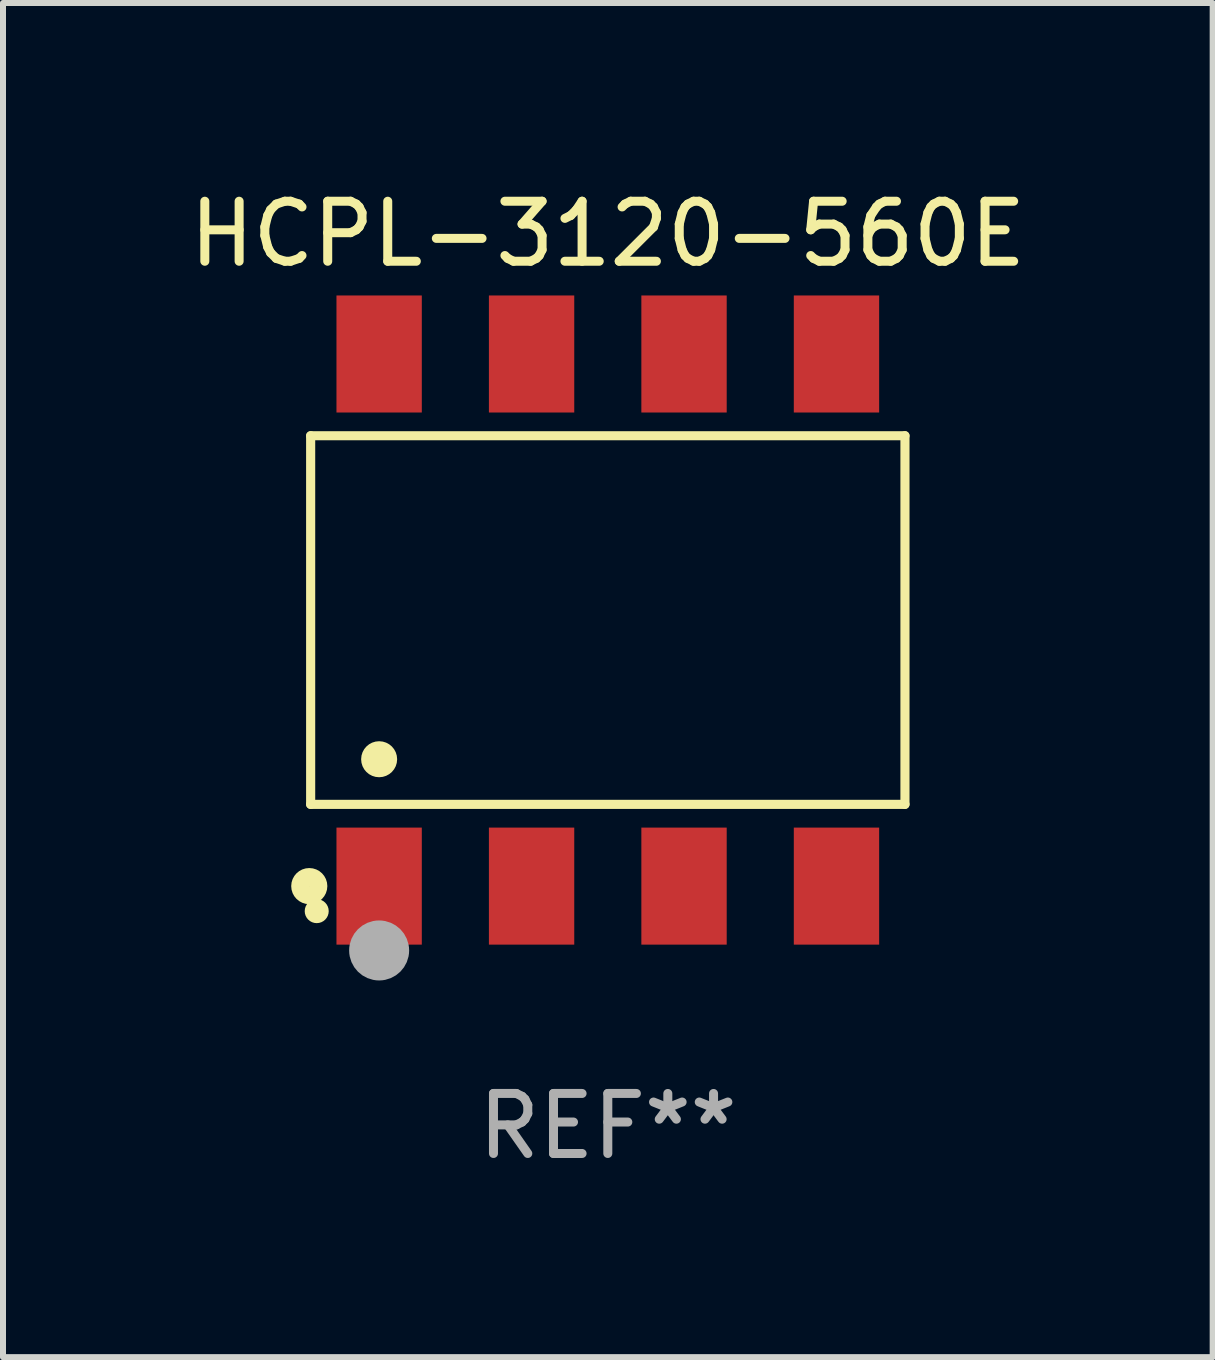
<source format=kicad_pcb>
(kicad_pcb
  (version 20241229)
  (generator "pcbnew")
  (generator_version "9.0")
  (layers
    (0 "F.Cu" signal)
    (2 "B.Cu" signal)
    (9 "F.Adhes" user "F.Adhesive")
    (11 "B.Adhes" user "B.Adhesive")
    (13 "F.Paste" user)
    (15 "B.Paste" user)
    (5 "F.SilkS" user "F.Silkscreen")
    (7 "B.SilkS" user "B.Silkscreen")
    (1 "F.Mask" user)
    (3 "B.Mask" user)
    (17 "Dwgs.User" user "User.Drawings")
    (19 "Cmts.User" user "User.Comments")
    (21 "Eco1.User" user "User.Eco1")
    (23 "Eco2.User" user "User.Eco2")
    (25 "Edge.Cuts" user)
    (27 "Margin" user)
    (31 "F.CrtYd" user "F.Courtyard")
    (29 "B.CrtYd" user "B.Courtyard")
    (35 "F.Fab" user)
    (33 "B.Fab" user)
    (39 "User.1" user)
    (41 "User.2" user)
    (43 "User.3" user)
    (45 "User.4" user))
  (footprint "HCPL-3120-560E"
    (layer "F.Cu")
    (at 7.077 7.281)
    (property "Reference" "HCPL-3120-560E" (at 0 -6.433 0) (layer "F.SilkS") (effects (font (size 1 1) (thickness 0.15))))
    (attr through_hole)
    (fp_line (start -4.951 -3.071) (end 4.951 -3.071) (stroke (width 0.152) (type solid)) (layer "F.SilkS"))
    (fp_line (start -4.951 3.071) (end -4.951 -3.071) (stroke (width 0.152) (type solid)) (layer "F.SilkS"))
    (fp_line (start 4.951 -3.071) (end 4.951 3.071) (stroke (width 0.152) (type solid)) (layer "F.SilkS"))
    (fp_line (start 4.951 3.071) (end -4.951 3.071) (stroke (width 0.152) (type solid)) (layer "F.SilkS"))
    (fp_circle (center -4.974 4.433) (end -4.823 4.433) (stroke (width 0.3) (type solid)) (fill no) (layer "F.SilkS"))
    (fp_circle (center -4.85 4.85) (end -4.75 4.85) (stroke (width 0.2) (type solid)) (fill no) (layer "F.SilkS"))
    (fp_circle (center -3.81 2.319) (end -3.66 2.319) (stroke (width 0.3) (type solid)) (fill no) (layer "F.SilkS"))
    (fp_circle (center -3.81 5.505) (end -3.56 5.505) (stroke (width 0.5) (type solid)) (fill no) (layer "F.Fab"))
    (fp_text user "REF**" (at 0 8.433 0) (layer "F.Fab") (effects (font (size 1 1) (thickness 0.15))))
    (pad "1" smd rect (at -3.81 4.433) (size 1.422 1.95) (layers "F.Cu" "F.Mask" "F.Paste"))
    (pad "2" smd rect (at -1.27 4.433) (size 1.422 1.95) (layers "F.Cu" "F.Mask" "F.Paste"))
    (pad "3" smd rect (at 1.27 4.433) (size 1.422 1.95) (layers "F.Cu" "F.Mask" "F.Paste"))
    (pad "4" smd rect (at 3.81 4.433) (size 1.422 1.95) (layers "F.Cu" "F.Mask" "F.Paste"))
    (pad "5" smd rect (at 3.81 -4.433) (size 1.422 1.95) (layers "F.Cu" "F.Mask" "F.Paste"))
    (pad "6" smd rect (at 1.27 -4.433) (size 1.422 1.95) (layers "F.Cu" "F.Mask" "F.Paste"))
    (pad "7" smd rect (at -1.27 -4.433) (size 1.422 1.95) (layers "F.Cu" "F.Mask" "F.Paste"))
    (pad "8" smd rect (at -3.81 -4.433) (size 1.422 1.95) (layers "F.Cu" "F.Mask" "F.Paste")))
  (gr_rect
    (start -3 -3)
    (end 17.155 19.562)
    (stroke (width 0.1) (type default))
    (fill no)
    (layer "Edge.Cuts")))
</source>
